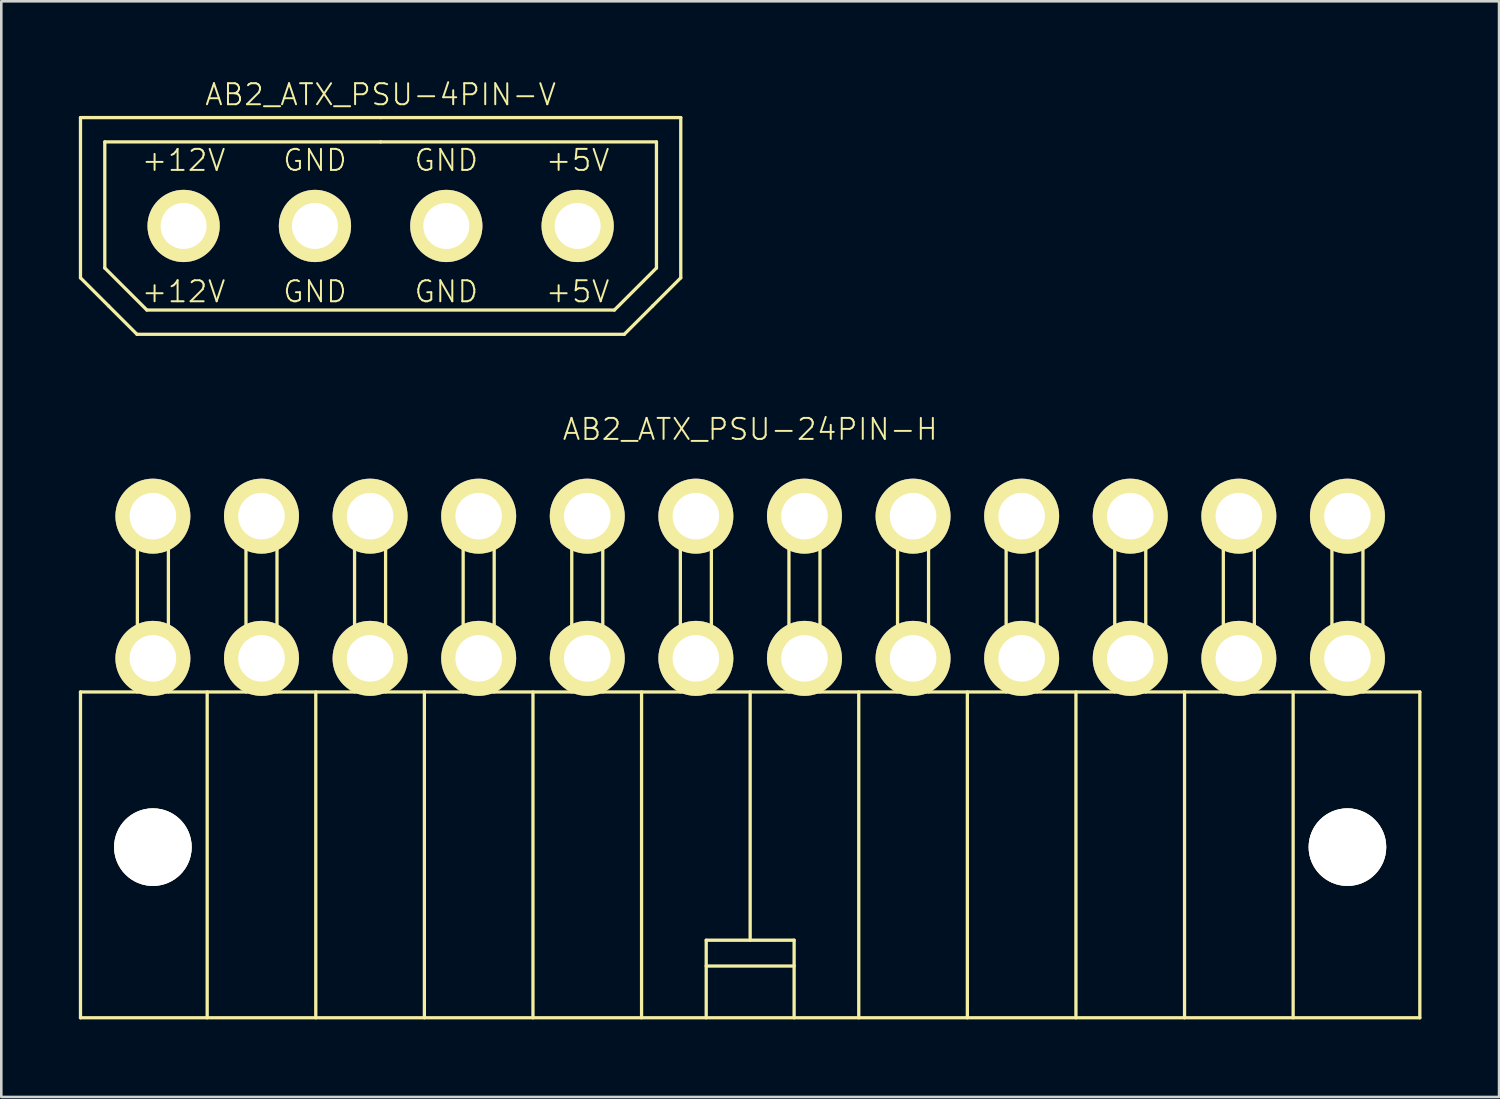
<source format=kicad_pcb>
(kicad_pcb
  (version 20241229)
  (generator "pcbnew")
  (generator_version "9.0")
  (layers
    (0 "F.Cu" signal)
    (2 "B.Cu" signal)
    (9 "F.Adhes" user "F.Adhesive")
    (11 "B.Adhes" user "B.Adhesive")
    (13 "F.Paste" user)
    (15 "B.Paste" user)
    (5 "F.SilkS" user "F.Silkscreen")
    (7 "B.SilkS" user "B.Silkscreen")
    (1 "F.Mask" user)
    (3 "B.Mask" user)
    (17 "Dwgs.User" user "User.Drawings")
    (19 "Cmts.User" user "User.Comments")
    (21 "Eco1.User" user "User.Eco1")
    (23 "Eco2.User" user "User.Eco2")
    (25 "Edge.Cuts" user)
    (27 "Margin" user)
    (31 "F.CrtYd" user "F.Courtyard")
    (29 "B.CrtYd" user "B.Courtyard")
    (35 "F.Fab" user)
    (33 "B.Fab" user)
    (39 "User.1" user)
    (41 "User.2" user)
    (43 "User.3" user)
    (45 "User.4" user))
  (footprint "AB2_ATX_PSU-24PIN-H"
    (layer "F.Cu")
    (at 25.963 23.713)
    (property "Reference" "AB2_ATX_PSU-24PIN-H" (at 0 -10.16 0) (layer "F.SilkS") (effects (font (size 0.813 0.813) (thickness 0.076))))
    (attr through_hole)
    (fp_line (start -25.9 0) (end 25.9 0) (stroke (width 0.127) (type solid)) (layer "F.SilkS"))
    (fp_line (start -25.9 12.6) (end -25.9 0) (stroke (width 0.127) (type solid)) (layer "F.SilkS"))
    (fp_line (start -23.7 0) (end -23.7 -6.8) (stroke (width 0.127) (type solid)) (layer "F.SilkS"))
    (fp_line (start -22.5 0) (end -22.5 -6.8) (stroke (width 0.127) (type solid)) (layer "F.SilkS"))
    (fp_line (start -21 0) (end -21 12.6) (stroke (width 0.127) (type solid)) (layer "F.SilkS"))
    (fp_line (start -19.5 0) (end -19.5 -6.8) (stroke (width 0.127) (type solid)) (layer "F.SilkS"))
    (fp_line (start -18.3 0) (end -18.3 -6.8) (stroke (width 0.127) (type solid)) (layer "F.SilkS"))
    (fp_line (start -16.8 0) (end -16.8 12.6) (stroke (width 0.127) (type solid)) (layer "F.SilkS"))
    (fp_line (start -15.3 0) (end -15.3 -6.8) (stroke (width 0.127) (type solid)) (layer "F.SilkS"))
    (fp_line (start -14.1 0) (end -14.1 -6.8) (stroke (width 0.127) (type solid)) (layer "F.SilkS"))
    (fp_line (start -12.6 0) (end -12.6 12.6) (stroke (width 0.127) (type solid)) (layer "F.SilkS"))
    (fp_line (start -11.1 0) (end -11.1 -6.8) (stroke (width 0.127) (type solid)) (layer "F.SilkS"))
    (fp_line (start -9.9 0) (end -9.9 -6.8) (stroke (width 0.127) (type solid)) (layer "F.SilkS"))
    (fp_line (start -8.4 0) (end -8.4 12.6) (stroke (width 0.127) (type solid)) (layer "F.SilkS"))
    (fp_line (start -6.9 0) (end -6.9 -6.8) (stroke (width 0.127) (type solid)) (layer "F.SilkS"))
    (fp_line (start -5.7 0) (end -5.7 -6.8) (stroke (width 0.127) (type solid)) (layer "F.SilkS"))
    (fp_line (start -4.2 0) (end -4.2 12.6) (stroke (width 0.127) (type solid)) (layer "F.SilkS"))
    (fp_line (start -2.7 0) (end -2.7 -6.8) (stroke (width 0.127) (type solid)) (layer "F.SilkS"))
    (fp_line (start -1.7 9.6) (end -1.7 12.6) (stroke (width 0.127) (type solid)) (layer "F.SilkS"))
    (fp_line (start -1.7 10.6) (end 1.7 10.6) (stroke (width 0.127) (type solid)) (layer "F.SilkS"))
    (fp_line (start -1.5 0) (end -1.5 -6.8) (stroke (width 0.127) (type solid)) (layer "F.SilkS"))
    (fp_line (start 0 0) (end 0 9.6) (stroke (width 0.127) (type solid)) (layer "F.SilkS"))
    (fp_line (start 1.5 0) (end 1.5 -6.8) (stroke (width 0.127) (type solid)) (layer "F.SilkS"))
    (fp_line (start 1.7 9.6) (end -1.7 9.6) (stroke (width 0.127) (type solid)) (layer "F.SilkS"))
    (fp_line (start 1.7 12.6) (end 1.7 9.6) (stroke (width 0.127) (type solid)) (layer "F.SilkS"))
    (fp_line (start 2.7 0) (end 2.7 -6.8) (stroke (width 0.127) (type solid)) (layer "F.SilkS"))
    (fp_line (start 4.2 0) (end 4.2 12.6) (stroke (width 0.127) (type solid)) (layer "F.SilkS"))
    (fp_line (start 5.7 0) (end 5.7 -6.8) (stroke (width 0.127) (type solid)) (layer "F.SilkS"))
    (fp_line (start 6.9 0) (end 6.9 -6.8) (stroke (width 0.127) (type solid)) (layer "F.SilkS"))
    (fp_line (start 8.4 0) (end 8.4 12.6) (stroke (width 0.127) (type solid)) (layer "F.SilkS"))
    (fp_line (start 9.9 0) (end 9.9 -6.8) (stroke (width 0.127) (type solid)) (layer "F.SilkS"))
    (fp_line (start 11.1 0) (end 11.1 -6.8) (stroke (width 0.127) (type solid)) (layer "F.SilkS"))
    (fp_line (start 12.6 0) (end 12.6 12.6) (stroke (width 0.127) (type solid)) (layer "F.SilkS"))
    (fp_line (start 14.1 0) (end 14.1 -6.8) (stroke (width 0.127) (type solid)) (layer "F.SilkS"))
    (fp_line (start 15.3 0) (end 15.3 -6.8) (stroke (width 0.127) (type solid)) (layer "F.SilkS"))
    (fp_line (start 16.8 0) (end 16.8 12.6) (stroke (width 0.127) (type solid)) (layer "F.SilkS"))
    (fp_line (start 18.3 0) (end 18.3 -6.8) (stroke (width 0.127) (type solid)) (layer "F.SilkS"))
    (fp_line (start 19.5 0) (end 19.5 -6.8) (stroke (width 0.127) (type solid)) (layer "F.SilkS"))
    (fp_line (start 21 0) (end 21 12.6) (stroke (width 0.127) (type solid)) (layer "F.SilkS"))
    (fp_line (start 22.5 0) (end 22.5 -6.8) (stroke (width 0.127) (type solid)) (layer "F.SilkS"))
    (fp_line (start 23.7 0) (end 23.7 -6.8) (stroke (width 0.127) (type solid)) (layer "F.SilkS"))
    (fp_line (start 25.9 0) (end 25.9 12.6) (stroke (width 0.127) (type solid)) (layer "F.SilkS"))
    (fp_line (start 25.9 12.6) (end -25.9 12.6) (stroke (width 0.127) (type solid)) (layer "F.SilkS"))
    (fp_arc (start -23.7 -6.8) (mid -23.524264 -7.224264) (end -23.1 -7.4) (stroke (width 0.127) (type solid)) (layer "F.SilkS"))
    (fp_arc (start -23.7 -1.3) (mid -23.524264 -1.724264) (end -23.1 -1.9) (stroke (width 0.127) (type solid)) (layer "F.SilkS"))
    (fp_arc (start -23.1 -7.4) (mid -22.675736 -7.224264) (end -22.5 -6.8) (stroke (width 0.127) (type solid)) (layer "F.SilkS"))
    (fp_arc (start -23.1 -1.9) (mid -22.675736 -1.724264) (end -22.5 -1.3) (stroke (width 0.127) (type solid)) (layer "F.SilkS"))
    (fp_arc (start -19.5 -6.8) (mid -19.324264 -7.224264) (end -18.9 -7.4) (stroke (width 0.127) (type solid)) (layer "F.SilkS"))
    (fp_arc (start -19.5 -1.3) (mid -19.324264 -1.724264) (end -18.9 -1.9) (stroke (width 0.127) (type solid)) (layer "F.SilkS"))
    (fp_arc (start -18.9 -7.4) (mid -18.475736 -7.224264) (end -18.3 -6.8) (stroke (width 0.127) (type solid)) (layer "F.SilkS"))
    (fp_arc (start -18.9 -1.9) (mid -18.475736 -1.724264) (end -18.3 -1.3) (stroke (width 0.127) (type solid)) (layer "F.SilkS"))
    (fp_arc (start -15.3 -6.8) (mid -15.124264 -7.224264) (end -14.7 -7.4) (stroke (width 0.127) (type solid)) (layer "F.SilkS"))
    (fp_arc (start -15.3 -1.3) (mid -15.124264 -1.724264) (end -14.7 -1.9) (stroke (width 0.127) (type solid)) (layer "F.SilkS"))
    (fp_arc (start -14.7 -7.4) (mid -14.275736 -7.224264) (end -14.1 -6.8) (stroke (width 0.127) (type solid)) (layer "F.SilkS"))
    (fp_arc (start -14.7 -1.9) (mid -14.275736 -1.724264) (end -14.1 -1.3) (stroke (width 0.127) (type solid)) (layer "F.SilkS"))
    (fp_arc (start -11.1 -6.8) (mid -10.924264 -7.224264) (end -10.5 -7.4) (stroke (width 0.127) (type solid)) (layer "F.SilkS"))
    (fp_arc (start -11.1 -1.3) (mid -10.924264 -1.724264) (end -10.5 -1.9) (stroke (width 0.127) (type solid)) (layer "F.SilkS"))
    (fp_arc (start -10.5 -7.4) (mid -10.075736 -7.224264) (end -9.9 -6.8) (stroke (width 0.127) (type solid)) (layer "F.SilkS"))
    (fp_arc (start -10.5 -1.9) (mid -10.075736 -1.724264) (end -9.9 -1.3) (stroke (width 0.127) (type solid)) (layer "F.SilkS"))
    (fp_arc (start -6.9 -6.8) (mid -6.724264 -7.224264) (end -6.3 -7.4) (stroke (width 0.127) (type solid)) (layer "F.SilkS"))
    (fp_arc (start -6.9 -1.3) (mid -6.724264 -1.724264) (end -6.3 -1.9) (stroke (width 0.127) (type solid)) (layer "F.SilkS"))
    (fp_arc (start -6.3 -7.4) (mid -5.875736 -7.224264) (end -5.7 -6.8) (stroke (width 0.127) (type solid)) (layer "F.SilkS"))
    (fp_arc (start -6.3 -1.9) (mid -5.875736 -1.724264) (end -5.7 -1.3) (stroke (width 0.127) (type solid)) (layer "F.SilkS"))
    (fp_arc (start -2.7 -6.8) (mid -2.524264 -7.224264) (end -2.1 -7.4) (stroke (width 0.127) (type solid)) (layer "F.SilkS"))
    (fp_arc (start -2.7 -1.3) (mid -2.524264 -1.724264) (end -2.1 -1.9) (stroke (width 0.127) (type solid)) (layer "F.SilkS"))
    (fp_arc (start -2.1 -7.4) (mid -1.675736 -7.224264) (end -1.5 -6.8) (stroke (width 0.127) (type solid)) (layer "F.SilkS"))
    (fp_arc (start -2.1 -1.9) (mid -1.675736 -1.724264) (end -1.5 -1.3) (stroke (width 0.127) (type solid)) (layer "F.SilkS"))
    (fp_arc (start 1.5 -6.8) (mid 1.675736 -7.224264) (end 2.1 -7.4) (stroke (width 0.127) (type solid)) (layer "F.SilkS"))
    (fp_arc (start 1.5 -1.3) (mid 1.675736 -1.724264) (end 2.1 -1.9) (stroke (width 0.127) (type solid)) (layer "F.SilkS"))
    (fp_arc (start 2.1 -7.4) (mid 2.524264 -7.224264) (end 2.7 -6.8) (stroke (width 0.127) (type solid)) (layer "F.SilkS"))
    (fp_arc (start 2.1 -1.9) (mid 2.524264 -1.724264) (end 2.7 -1.3) (stroke (width 0.127) (type solid)) (layer "F.SilkS"))
    (fp_arc (start 5.7 -6.8) (mid 5.875736 -7.224264) (end 6.3 -7.4) (stroke (width 0.127) (type solid)) (layer "F.SilkS"))
    (fp_arc (start 5.7 -1.3) (mid 5.875736 -1.724264) (end 6.3 -1.9) (stroke (width 0.127) (type solid)) (layer "F.SilkS"))
    (fp_arc (start 6.3 -7.4) (mid 6.724264 -7.224264) (end 6.9 -6.8) (stroke (width 0.127) (type solid)) (layer "F.SilkS"))
    (fp_arc (start 6.3 -1.9) (mid 6.724264 -1.724264) (end 6.9 -1.3) (stroke (width 0.127) (type solid)) (layer "F.SilkS"))
    (fp_arc (start 9.9 -6.8) (mid 10.075736 -7.224264) (end 10.5 -7.4) (stroke (width 0.127) (type solid)) (layer "F.SilkS"))
    (fp_arc (start 9.9 -1.3) (mid 10.075736 -1.724264) (end 10.5 -1.9) (stroke (width 0.127) (type solid)) (layer "F.SilkS"))
    (fp_arc (start 10.5 -7.4) (mid 10.924264 -7.224264) (end 11.1 -6.8) (stroke (width 0.127) (type solid)) (layer "F.SilkS"))
    (fp_arc (start 10.5 -1.9) (mid 10.924264 -1.724264) (end 11.1 -1.3) (stroke (width 0.127) (type solid)) (layer "F.SilkS"))
    (fp_arc (start 14.1 -6.8) (mid 14.275736 -7.224264) (end 14.7 -7.4) (stroke (width 0.127) (type solid)) (layer "F.SilkS"))
    (fp_arc (start 14.1 -1.3) (mid 14.275736 -1.724264) (end 14.7 -1.9) (stroke (width 0.127) (type solid)) (layer "F.SilkS"))
    (fp_arc (start 14.7 -7.4) (mid 15.124264 -7.224264) (end 15.3 -6.8) (stroke (width 0.127) (type solid)) (layer "F.SilkS"))
    (fp_arc (start 14.7 -1.9) (mid 15.124264 -1.724264) (end 15.3 -1.3) (stroke (width 0.127) (type solid)) (layer "F.SilkS"))
    (fp_arc (start 18.3 -6.8) (mid 18.475736 -7.224264) (end 18.9 -7.4) (stroke (width 0.127) (type solid)) (layer "F.SilkS"))
    (fp_arc (start 18.3 -1.3) (mid 18.475736 -1.724264) (end 18.9 -1.9) (stroke (width 0.127) (type solid)) (layer "F.SilkS"))
    (fp_arc (start 18.9 -7.4) (mid 19.324264 -7.224264) (end 19.5 -6.8) (stroke (width 0.127) (type solid)) (layer "F.SilkS"))
    (fp_arc (start 18.9 -1.9) (mid 19.324264 -1.724264) (end 19.5 -1.3) (stroke (width 0.127) (type solid)) (layer "F.SilkS"))
    (fp_arc (start 22.5 -6.8) (mid 22.675736 -7.224264) (end 23.1 -7.4) (stroke (width 0.127) (type solid)) (layer "F.SilkS"))
    (fp_arc (start 22.5 -1.3) (mid 22.675736 -1.724264) (end 23.1 -1.9) (stroke (width 0.127) (type solid)) (layer "F.SilkS"))
    (fp_arc (start 23.1 -7.4) (mid 23.524264 -7.224264) (end 23.7 -6.8) (stroke (width 0.127) (type solid)) (layer "F.SilkS"))
    (fp_arc (start 23.1 -1.9) (mid 23.524264 -1.724264) (end 23.7 -1.3) (stroke (width 0.127) (type solid)) (layer "F.SilkS"))
    (pad "" thru_hole circle (at -23.1 6) (size 3 3) (drill 3) (layers "*.Cu" "*.Mask" "F.SilkS"))
    (pad "" thru_hole circle (at 23.1 6) (size 3 3) (drill 3) (layers "*.Cu" "*.Mask" "F.SilkS"))
    (pad "1" thru_hole circle (at 23.1 -1.3) (size 2.9 2.9) (drill 1.8) (layers "*.Cu" "*.Mask" "F.SilkS"))
    (pad "2" thru_hole circle (at 18.9 -1.3) (size 2.9 2.9) (drill 1.8) (layers "*.Cu" "*.Mask" "F.SilkS"))
    (pad "3" thru_hole circle (at 14.7 -1.3) (size 2.9 2.9) (drill 1.8) (layers "*.Cu" "*.Mask" "F.SilkS"))
    (pad "4" thru_hole circle (at 10.5 -1.3) (size 2.9 2.9) (drill 1.8) (layers "*.Cu" "*.Mask" "F.SilkS"))
    (pad "5" thru_hole circle (at 6.3 -1.3) (size 2.9 2.9) (drill 1.8) (layers "*.Cu" "*.Mask" "F.SilkS"))
    (pad "6" thru_hole circle (at 2.1 -1.3) (size 2.9 2.9) (drill 1.8) (layers "*.Cu" "*.Mask" "F.SilkS"))
    (pad "7" thru_hole circle (at -2.1 -1.3) (size 2.9 2.9) (drill 1.8) (layers "*.Cu" "*.Mask" "F.SilkS"))
    (pad "8" thru_hole circle (at -6.3 -1.3) (size 2.9 2.9) (drill 1.8) (layers "*.Cu" "*.Mask" "F.SilkS"))
    (pad "9" thru_hole circle (at -10.5 -1.3) (size 2.9 2.9) (drill 1.8) (layers "*.Cu" "*.Mask" "F.SilkS"))
    (pad "10" thru_hole circle (at -14.7 -1.3) (size 2.9 2.9) (drill 1.8) (layers "*.Cu" "*.Mask" "F.SilkS"))
    (pad "11" thru_hole circle (at -18.9 -1.3) (size 2.9 2.9) (drill 1.8) (layers "*.Cu" "*.Mask" "F.SilkS"))
    (pad "12" thru_hole circle (at -23.1 -1.3) (size 2.9 2.9) (drill 1.8) (layers "*.Cu" "*.Mask" "F.SilkS"))
    (pad "13" thru_hole circle (at 23.1 -6.8) (size 2.9 2.9) (drill 1.8) (layers "*.Cu" "*.Mask" "F.SilkS"))
    (pad "14" thru_hole circle (at 18.9 -6.8) (size 2.9 2.9) (drill 1.8) (layers "*.Cu" "*.Mask" "F.SilkS"))
    (pad "15" thru_hole circle (at 14.7 -6.8) (size 2.9 2.9) (drill 1.8) (layers "*.Cu" "*.Mask" "F.SilkS"))
    (pad "16" thru_hole circle (at 10.5 -6.8) (size 2.9 2.9) (drill 1.8) (layers "*.Cu" "*.Mask" "F.SilkS"))
    (pad "17" thru_hole circle (at 6.3 -6.8) (size 2.9 2.9) (drill 1.8) (layers "*.Cu" "*.Mask" "F.SilkS"))
    (pad "18" thru_hole circle (at 2.1 -6.8) (size 2.9 2.9) (drill 1.8) (layers "*.Cu" "*.Mask" "F.SilkS"))
    (pad "19" thru_hole circle (at -2.1 -6.8) (size 2.9 2.9) (drill 1.8) (layers "*.Cu" "*.Mask" "F.SilkS"))
    (pad "20" thru_hole circle (at -6.3 -6.8) (size 2.9 2.9) (drill 1.8) (layers "*.Cu" "*.Mask" "F.SilkS"))
    (pad "21" thru_hole circle (at -10.5 -6.8) (size 2.9 2.9) (drill 1.8) (layers "*.Cu" "*.Mask" "F.SilkS"))
    (pad "22" thru_hole circle (at -14.7 -6.8) (size 2.9 2.9) (drill 1.8) (layers "*.Cu" "*.Mask" "F.SilkS"))
    (pad "23" thru_hole circle (at -18.9 -6.8) (size 2.9 2.9) (drill 1.8) (layers "*.Cu" "*.Mask" "F.SilkS"))
    (pad "24" thru_hole circle (at -23.1 -6.8) (size 2.9 2.9) (drill 1.8) (layers "*.Cu" "*.Mask" "F.SilkS")))
  (footprint "AB2_ATX_PSU-4PIN-V"
    (layer "F.Cu")
    (at 11.671 5.689)
    (property "Reference" "AB2_ATX_PSU-4PIN-V" (at 0 -5.08 0) (layer "F.SilkS") (effects (font (size 0.813 0.813) (thickness 0.076))))
    (attr through_hole)
    (fp_line (start -11.608 -4.191) (end 0 -4.191) (stroke (width 0.127) (type solid)) (layer "F.SilkS"))
    (fp_line (start -11.608 2.007) (end -11.608 -4.191) (stroke (width 0.127) (type solid)) (layer "F.SilkS"))
    (fp_line (start -10.668 -3.251) (end -10.668 1.626) (stroke (width 0.127) (type solid)) (layer "F.SilkS"))
    (fp_line (start -10.668 -3.251) (end 0 -3.251) (stroke (width 0.127) (type solid)) (layer "F.SilkS"))
    (fp_line (start -10.668 1.626) (end -9.042 3.251) (stroke (width 0.127) (type solid)) (layer "F.SilkS"))
    (fp_line (start -10.516 3.099) (end -11.608 2.007) (stroke (width 0.127) (type solid)) (layer "F.SilkS"))
    (fp_line (start -10.516 3.099) (end -9.423 4.191) (stroke (width 0.127) (type solid)) (layer "F.SilkS"))
    (fp_line (start -9.423 4.191) (end 9.423 4.191) (stroke (width 0.127) (type solid)) (layer "F.SilkS"))
    (fp_line (start 0 -4.191) (end 11.608 -4.191) (stroke (width 0.127) (type solid)) (layer "F.SilkS"))
    (fp_line (start 0 -3.251) (end 10.668 -3.251) (stroke (width 0.127) (type solid)) (layer "F.SilkS"))
    (fp_line (start 9.042 3.251) (end -9.042 3.251) (stroke (width 0.127) (type solid)) (layer "F.SilkS"))
    (fp_line (start 10.516 3.099) (end 9.423 4.191) (stroke (width 0.127) (type solid)) (layer "F.SilkS"))
    (fp_line (start 10.516 3.099) (end 11.608 2.007) (stroke (width 0.127) (type solid)) (layer "F.SilkS"))
    (fp_line (start 10.668 -3.251) (end 10.668 1.626) (stroke (width 0.127) (type solid)) (layer "F.SilkS"))
    (fp_line (start 10.668 1.626) (end 9.042 3.251) (stroke (width 0.127) (type solid)) (layer "F.SilkS"))
    (fp_line (start 11.608 2.007) (end 11.608 -4.191) (stroke (width 0.127) (type solid)) (layer "F.SilkS"))
    (fp_text user "+5V" (at 7.62 -2.54 0) (layer "F.SilkS") (effects (font (size 0.813 0.813) (thickness 0.076))))
    (fp_text user "+5V" (at 7.62 2.54 0) (layer "F.SilkS") (effects (font (size 0.813 0.813) (thickness 0.076))))
    (fp_text user "+12V" (at -7.62 2.54 0) (layer "F.SilkS") (effects (font (size 0.813 0.813) (thickness 0.076))))
    (fp_text user "GND" (at -2.54 -2.54 0) (layer "F.SilkS") (effects (font (size 0.813 0.813) (thickness 0.076))))
    (fp_text user "GND" (at -2.54 2.54 0) (layer "F.SilkS") (effects (font (size 0.813 0.813) (thickness 0.076))))
    (fp_text user "+12V" (at -7.62 -2.54 0) (layer "F.SilkS") (effects (font (size 0.813 0.813) (thickness 0.076))))
    (fp_text user "GND" (at 2.54 -2.54 0) (layer "F.SilkS") (effects (font (size 0.813 0.813) (thickness 0.076))))
    (fp_text user "GND" (at 2.54 2.54 0) (layer "F.SilkS") (effects (font (size 0.813 0.813) (thickness 0.076))))
    (pad "1" thru_hole circle (at -7.62 0) (size 2.794 2.794) (drill 1.778) (layers "*.Cu" "*.Mask" "F.SilkS"))
    (pad "2" thru_hole circle (at -2.54 0) (size 2.794 2.794) (drill 1.778) (layers "*.Cu" "*.Mask" "F.SilkS"))
    (pad "3" thru_hole circle (at 2.54 0) (size 2.794 2.794) (drill 1.778) (layers "*.Cu" "*.Mask" "F.SilkS"))
    (pad "4" thru_hole circle (at 7.62 0) (size 2.794 2.794) (drill 1.778) (layers "*.Cu" "*.Mask" "F.SilkS")))
  (gr_rect
    (start -3 -3)
    (end 54.927 39.376)
    (stroke (width 0.1) (type default))
    (fill no)
    (layer "Edge.Cuts")))
</source>
